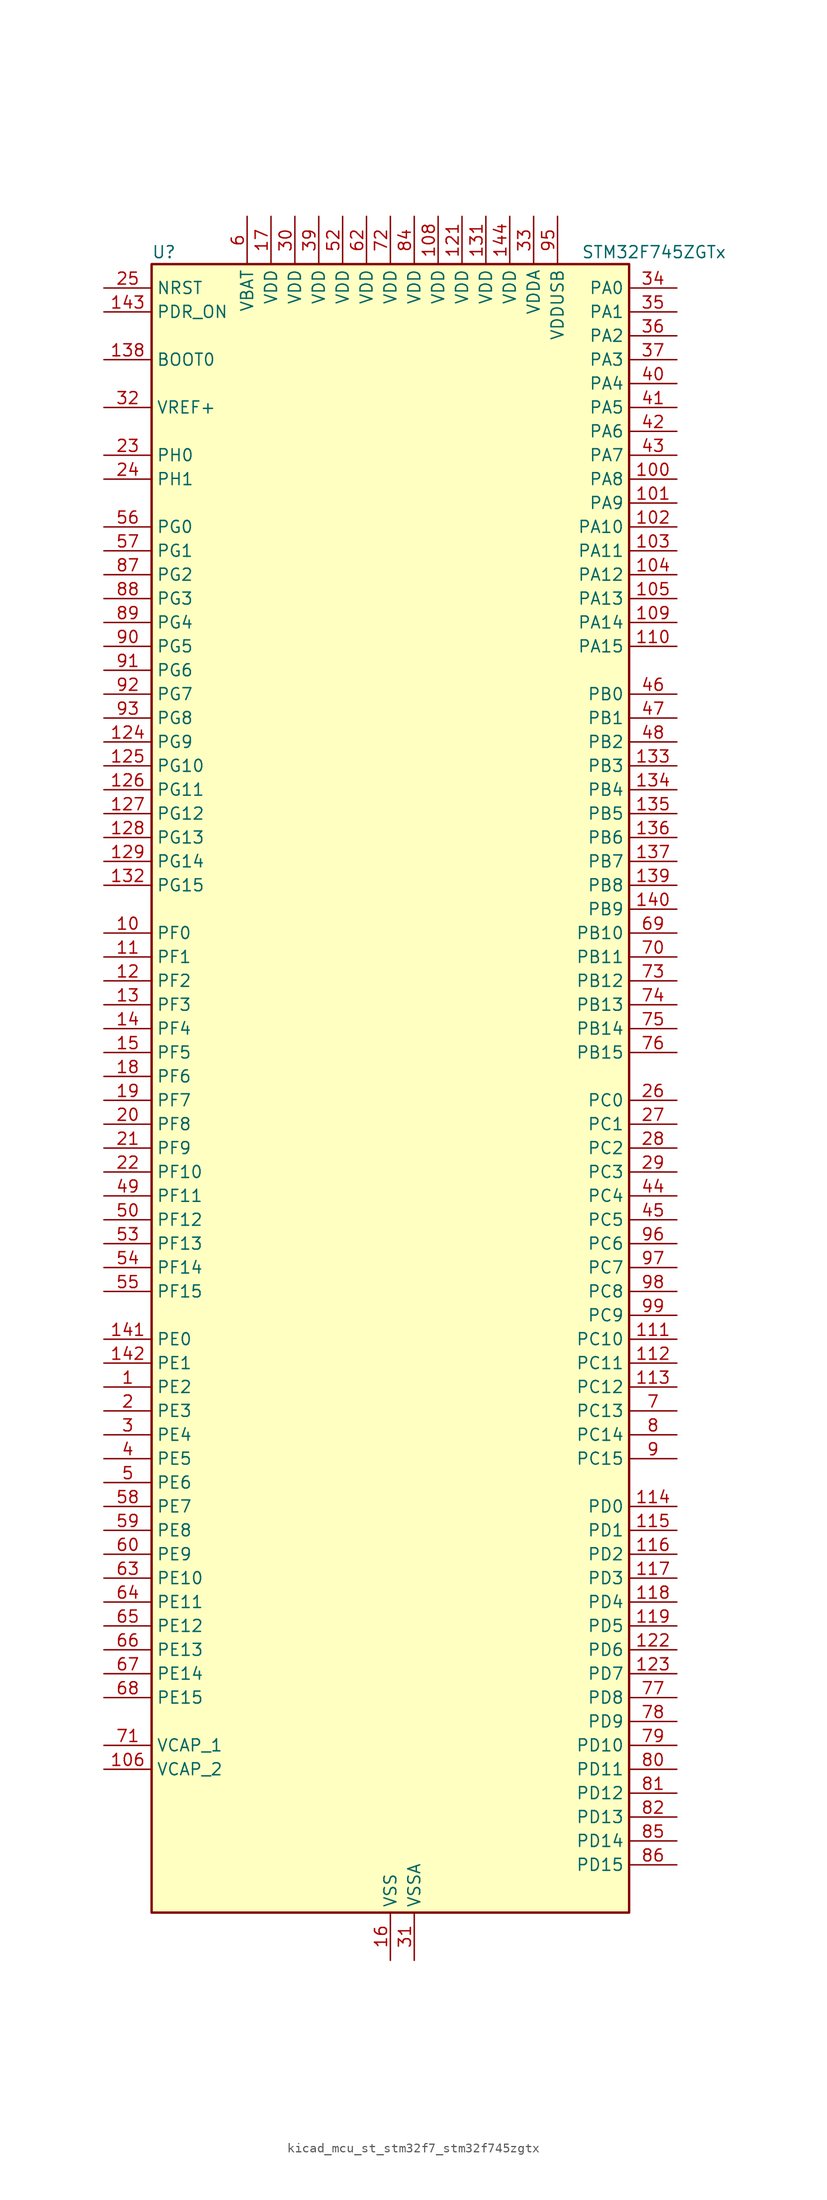
<source format=kicad_sym>
(kicad_symbol_lib
  (version 20220914)
  (generator kicad_symbol_editor)
  (symbol "kicad_mcu_st_stm32f7_stm32f745zgtx"
    (property "Reference" "U"
      (at -25.4 90.17 0)
      (effects (font (size 1.27 1.27)) (justify left)))
    (property "Value" "STM32F745ZGTx"
      (at 20.32 90.17 0)
      (effects (font (size 1.27 1.27)) (justify left)))
    (property "ki_locked" ""
      (at 0 0 0)
      (effects (font (size 1.27 1.27))))
    (symbol "kicad_mcu_st_stm32f7_stm32f745zgtx_0_1"
      (rectangle (start -25.4 -86.36) (end 25.4 88.9) (stroke (width 0.254) (type default)) (fill (type background))))
    (symbol "kicad_mcu_st_stm32f7_stm32f745zgtx_1_1"
      (pin bidirectional line (at -30.48 -30.48 0) (length 5.08) (name "PE2" (effects (font (size 1.27 1.27)))) (number "1" (effects (font (size 1.27 1.27)))) (alternate "ETH_TXD3" bidirectional line) (alternate "FMC_A23" bidirectional line) (alternate "QUADSPI_BK1_IO2" bidirectional line) (alternate "SAI1_MCLK_A" bidirectional line) (alternate "SPI4_SCK" bidirectional line) (alternate "SYS_TRACECLK" bidirectional line))
      (pin bidirectional line (at -30.48 17.78 0) (length 5.08) (name "PF0" (effects (font (size 1.27 1.27)))) (number "10" (effects (font (size 1.27 1.27)))) (alternate "FMC_A0" bidirectional line) (alternate "I2C2_SDA" bidirectional line))
      (pin bidirectional line (at 30.48 66.04 180) (length 5.08) (name "PA8" (effects (font (size 1.27 1.27)))) (number "100" (effects (font (size 1.27 1.27)))) (alternate "I2C3_SCL" bidirectional line) (alternate "RCC_MCO_1" bidirectional line) (alternate "TIM1_CH1" bidirectional line) (alternate "TIM8_BKIN2" bidirectional line) (alternate "USART1_CK" bidirectional line) (alternate "USB_OTG_FS_SOF" bidirectional line))
      (pin bidirectional line (at 30.48 63.5 180) (length 5.08) (name "PA9" (effects (font (size 1.27 1.27)))) (number "101" (effects (font (size 1.27 1.27)))) (alternate "DAC_EXTI9" bidirectional line) (alternate "DCMI_D0" bidirectional line) (alternate "I2C3_SMBA" bidirectional line) (alternate "I2S2_CK" bidirectional line) (alternate "SPI2_SCK" bidirectional line) (alternate "TIM1_CH2" bidirectional line) (alternate "USART1_TX" bidirectional line) (alternate "USB_OTG_FS_VBUS" bidirectional line))
      (pin bidirectional line (at 30.48 60.96 180) (length 5.08) (name "PA10" (effects (font (size 1.27 1.27)))) (number "102" (effects (font (size 1.27 1.27)))) (alternate "DCMI_D1" bidirectional line) (alternate "TIM1_CH3" bidirectional line) (alternate "USART1_RX" bidirectional line) (alternate "USB_OTG_FS_ID" bidirectional line))
      (pin bidirectional line (at 30.48 58.42 180) (length 5.08) (name "PA11" (effects (font (size 1.27 1.27)))) (number "103" (effects (font (size 1.27 1.27)))) (alternate "ADC1_EXTI11" bidirectional line) (alternate "ADC2_EXTI11" bidirectional line) (alternate "ADC3_EXTI11" bidirectional line) (alternate "CAN1_RX" bidirectional line) (alternate "TIM1_CH4" bidirectional line) (alternate "USART1_CTS" bidirectional line) (alternate "USB_OTG_FS_DM" bidirectional line))
      (pin bidirectional line (at 30.48 55.88 180) (length 5.08) (name "PA12" (effects (font (size 1.27 1.27)))) (number "104" (effects (font (size 1.27 1.27)))) (alternate "CAN1_TX" bidirectional line) (alternate "SAI2_FS_B" bidirectional line) (alternate "TIM1_ETR" bidirectional line) (alternate "USART1_DE" bidirectional line) (alternate "USART1_RTS" bidirectional line) (alternate "USB_OTG_FS_DP" bidirectional line))
      (pin bidirectional line (at 30.48 53.34 180) (length 5.08) (name "PA13" (effects (font (size 1.27 1.27)))) (number "105" (effects (font (size 1.27 1.27)))) (alternate "SYS_JTMS-SWDIO" bidirectional line))
      (pin power_out line (at -30.48 -71.12 0) (length 5.08) (name "VCAP_2" (effects (font (size 1.27 1.27)))) (number "106" (effects (font (size 1.27 1.27)))))
      (pin passive line (at 0 -91.44 90) (length 5.08) hide (name "VSS" (effects (font (size 1.27 1.27)))) (number "107" (effects (font (size 1.27 1.27)))))
      (pin power_in line (at 5.08 93.98 270) (length 5.08) (name "VDD" (effects (font (size 1.27 1.27)))) (number "108" (effects (font (size 1.27 1.27)))))
      (pin bidirectional line (at 30.48 50.8 180) (length 5.08) (name "PA14" (effects (font (size 1.27 1.27)))) (number "109" (effects (font (size 1.27 1.27)))) (alternate "SYS_JTCK-SWCLK" bidirectional line))
      (pin bidirectional line (at -30.48 15.24 0) (length 5.08) (name "PF1" (effects (font (size 1.27 1.27)))) (number "11" (effects (font (size 1.27 1.27)))) (alternate "FMC_A1" bidirectional line) (alternate "I2C2_SCL" bidirectional line))
      (pin bidirectional line (at 30.48 48.26 180) (length 5.08) (name "PA15" (effects (font (size 1.27 1.27)))) (number "110" (effects (font (size 1.27 1.27)))) (alternate "CEC" bidirectional line) (alternate "I2S1_WS" bidirectional line) (alternate "I2S3_WS" bidirectional line) (alternate "SPI1_NSS" bidirectional line) (alternate "SPI3_NSS" bidirectional line) (alternate "SYS_JTDI" bidirectional line) (alternate "TIM2_CH1" bidirectional line) (alternate "TIM2_ETR" bidirectional line) (alternate "UART4_DE" bidirectional line) (alternate "UART4_RTS" bidirectional line))
      (pin bidirectional line (at 30.48 -25.4 180) (length 5.08) (name "PC10" (effects (font (size 1.27 1.27)))) (number "111" (effects (font (size 1.27 1.27)))) (alternate "DCMI_D8" bidirectional line) (alternate "I2S3_CK" bidirectional line) (alternate "QUADSPI_BK1_IO1" bidirectional line) (alternate "SDMMC1_D2" bidirectional line) (alternate "SPI3_SCK" bidirectional line) (alternate "UART4_TX" bidirectional line) (alternate "USART3_TX" bidirectional line))
      (pin bidirectional line (at 30.48 -27.94 180) (length 5.08) (name "PC11" (effects (font (size 1.27 1.27)))) (number "112" (effects (font (size 1.27 1.27)))) (alternate "ADC1_EXTI11" bidirectional line) (alternate "ADC2_EXTI11" bidirectional line) (alternate "ADC3_EXTI11" bidirectional line) (alternate "DCMI_D4" bidirectional line) (alternate "QUADSPI_BK2_NCS" bidirectional line) (alternate "SDMMC1_D3" bidirectional line) (alternate "SPI3_MISO" bidirectional line) (alternate "UART4_RX" bidirectional line) (alternate "USART3_RX" bidirectional line))
      (pin bidirectional line (at 30.48 -30.48 180) (length 5.08) (name "PC12" (effects (font (size 1.27 1.27)))) (number "113" (effects (font (size 1.27 1.27)))) (alternate "DCMI_D9" bidirectional line) (alternate "I2S3_SD" bidirectional line) (alternate "SDMMC1_CK" bidirectional line) (alternate "SPI3_MOSI" bidirectional line) (alternate "SYS_TRACED3" bidirectional line) (alternate "UART5_TX" bidirectional line) (alternate "USART3_CK" bidirectional line))
      (pin bidirectional line (at 30.48 -43.18 180) (length 5.08) (name "PD0" (effects (font (size 1.27 1.27)))) (number "114" (effects (font (size 1.27 1.27)))) (alternate "CAN1_RX" bidirectional line) (alternate "FMC_D2" bidirectional line) (alternate "FMC_DA2" bidirectional line))
      (pin bidirectional line (at 30.48 -45.72 180) (length 5.08) (name "PD1" (effects (font (size 1.27 1.27)))) (number "115" (effects (font (size 1.27 1.27)))) (alternate "CAN1_TX" bidirectional line) (alternate "FMC_D3" bidirectional line) (alternate "FMC_DA3" bidirectional line))
      (pin bidirectional line (at 30.48 -48.26 180) (length 5.08) (name "PD2" (effects (font (size 1.27 1.27)))) (number "116" (effects (font (size 1.27 1.27)))) (alternate "DCMI_D11" bidirectional line) (alternate "SDMMC1_CMD" bidirectional line) (alternate "SYS_TRACED2" bidirectional line) (alternate "TIM3_ETR" bidirectional line) (alternate "UART5_RX" bidirectional line))
      (pin bidirectional line (at 30.48 -50.8 180) (length 5.08) (name "PD3" (effects (font (size 1.27 1.27)))) (number "117" (effects (font (size 1.27 1.27)))) (alternate "DCMI_D5" bidirectional line) (alternate "FMC_CLK" bidirectional line) (alternate "I2S2_CK" bidirectional line) (alternate "SPI2_SCK" bidirectional line) (alternate "USART2_CTS" bidirectional line))
      (pin bidirectional line (at 30.48 -53.34 180) (length 5.08) (name "PD4" (effects (font (size 1.27 1.27)))) (number "118" (effects (font (size 1.27 1.27)))) (alternate "FMC_NOE" bidirectional line) (alternate "USART2_DE" bidirectional line) (alternate "USART2_RTS" bidirectional line))
      (pin bidirectional line (at 30.48 -55.88 180) (length 5.08) (name "PD5" (effects (font (size 1.27 1.27)))) (number "119" (effects (font (size 1.27 1.27)))) (alternate "FMC_NWE" bidirectional line) (alternate "USART2_TX" bidirectional line))
      (pin bidirectional line (at -30.48 12.7 0) (length 5.08) (name "PF2" (effects (font (size 1.27 1.27)))) (number "12" (effects (font (size 1.27 1.27)))) (alternate "FMC_A2" bidirectional line) (alternate "I2C2_SMBA" bidirectional line))
      (pin passive line (at 0 -91.44 90) (length 5.08) hide (name "VSS" (effects (font (size 1.27 1.27)))) (number "120" (effects (font (size 1.27 1.27)))))
      (pin power_in line (at 7.62 93.98 270) (length 5.08) (name "VDD" (effects (font (size 1.27 1.27)))) (number "121" (effects (font (size 1.27 1.27)))))
      (pin bidirectional line (at 30.48 -58.42 180) (length 5.08) (name "PD6" (effects (font (size 1.27 1.27)))) (number "122" (effects (font (size 1.27 1.27)))) (alternate "DCMI_D10" bidirectional line) (alternate "FMC_NWAIT" bidirectional line) (alternate "I2S3_SD" bidirectional line) (alternate "SAI1_SD_A" bidirectional line) (alternate "SPI3_MOSI" bidirectional line) (alternate "USART2_RX" bidirectional line))
      (pin bidirectional line (at 30.48 -60.96 180) (length 5.08) (name "PD7" (effects (font (size 1.27 1.27)))) (number "123" (effects (font (size 1.27 1.27)))) (alternate "FMC_NE1" bidirectional line) (alternate "SPDIFRX_IN0" bidirectional line) (alternate "USART2_CK" bidirectional line))
      (pin bidirectional line (at -30.48 38.1 0) (length 5.08) (name "PG9" (effects (font (size 1.27 1.27)))) (number "124" (effects (font (size 1.27 1.27)))) (alternate "DAC_EXTI9" bidirectional line) (alternate "DCMI_VSYNC" bidirectional line) (alternate "FMC_NCE" bidirectional line) (alternate "FMC_NE2" bidirectional line) (alternate "QUADSPI_BK2_IO2" bidirectional line) (alternate "SAI2_FS_B" bidirectional line) (alternate "SPDIFRX_IN3" bidirectional line) (alternate "USART6_RX" bidirectional line))
      (pin bidirectional line (at -30.48 35.56 0) (length 5.08) (name "PG10" (effects (font (size 1.27 1.27)))) (number "125" (effects (font (size 1.27 1.27)))) (alternate "DCMI_D2" bidirectional line) (alternate "FMC_NE3" bidirectional line) (alternate "SAI2_SD_B" bidirectional line))
      (pin bidirectional line (at -30.48 33.02 0) (length 5.08) (name "PG11" (effects (font (size 1.27 1.27)))) (number "126" (effects (font (size 1.27 1.27)))) (alternate "ADC1_EXTI11" bidirectional line) (alternate "ADC2_EXTI11" bidirectional line) (alternate "ADC3_EXTI11" bidirectional line) (alternate "DCMI_D3" bidirectional line) (alternate "ETH_TX_EN" bidirectional line) (alternate "SPDIFRX_IN0" bidirectional line))
      (pin bidirectional line (at -30.48 30.48 0) (length 5.08) (name "PG12" (effects (font (size 1.27 1.27)))) (number "127" (effects (font (size 1.27 1.27)))) (alternate "FMC_NE4" bidirectional line) (alternate "LPTIM1_IN1" bidirectional line) (alternate "SPDIFRX_IN1" bidirectional line) (alternate "SPI6_MISO" bidirectional line) (alternate "USART6_DE" bidirectional line) (alternate "USART6_RTS" bidirectional line))
      (pin bidirectional line (at -30.48 27.94 0) (length 5.08) (name "PG13" (effects (font (size 1.27 1.27)))) (number "128" (effects (font (size 1.27 1.27)))) (alternate "ETH_TXD0" bidirectional line) (alternate "FMC_A24" bidirectional line) (alternate "LPTIM1_OUT" bidirectional line) (alternate "SPI6_SCK" bidirectional line) (alternate "SYS_TRACED0" bidirectional line) (alternate "USART6_CTS" bidirectional line))
      (pin bidirectional line (at -30.48 25.4 0) (length 5.08) (name "PG14" (effects (font (size 1.27 1.27)))) (number "129" (effects (font (size 1.27 1.27)))) (alternate "ETH_TXD1" bidirectional line) (alternate "FMC_A25" bidirectional line) (alternate "LPTIM1_ETR" bidirectional line) (alternate "QUADSPI_BK2_IO3" bidirectional line) (alternate "SPI6_MOSI" bidirectional line) (alternate "SYS_TRACED1" bidirectional line) (alternate "USART6_TX" bidirectional line))
      (pin bidirectional line (at -30.48 10.16 0) (length 5.08) (name "PF3" (effects (font (size 1.27 1.27)))) (number "13" (effects (font (size 1.27 1.27)))) (alternate "ADC3_IN9" bidirectional line) (alternate "FMC_A3" bidirectional line))
      (pin passive line (at 0 -91.44 90) (length 5.08) hide (name "VSS" (effects (font (size 1.27 1.27)))) (number "130" (effects (font (size 1.27 1.27)))))
      (pin power_in line (at 10.16 93.98 270) (length 5.08) (name "VDD" (effects (font (size 1.27 1.27)))) (number "131" (effects (font (size 1.27 1.27)))))
      (pin bidirectional line (at -30.48 22.86 0) (length 5.08) (name "PG15" (effects (font (size 1.27 1.27)))) (number "132" (effects (font (size 1.27 1.27)))) (alternate "DCMI_D13" bidirectional line) (alternate "FMC_SDNCAS" bidirectional line) (alternate "USART6_CTS" bidirectional line))
      (pin bidirectional line (at 30.48 35.56 180) (length 5.08) (name "PB3" (effects (font (size 1.27 1.27)))) (number "133" (effects (font (size 1.27 1.27)))) (alternate "I2S1_CK" bidirectional line) (alternate "I2S3_CK" bidirectional line) (alternate "SPI1_SCK" bidirectional line) (alternate "SPI3_SCK" bidirectional line) (alternate "SYS_JTDO-SWO" bidirectional line) (alternate "TIM2_CH2" bidirectional line))
      (pin bidirectional line (at 30.48 33.02 180) (length 5.08) (name "PB4" (effects (font (size 1.27 1.27)))) (number "134" (effects (font (size 1.27 1.27)))) (alternate "I2S2_WS" bidirectional line) (alternate "SPI1_MISO" bidirectional line) (alternate "SPI2_NSS" bidirectional line) (alternate "SPI3_MISO" bidirectional line) (alternate "SYS_JTRST" bidirectional line) (alternate "TIM3_CH1" bidirectional line))
      (pin bidirectional line (at 30.48 30.48 180) (length 5.08) (name "PB5" (effects (font (size 1.27 1.27)))) (number "135" (effects (font (size 1.27 1.27)))) (alternate "CAN2_RX" bidirectional line) (alternate "DCMI_D10" bidirectional line) (alternate "ETH_PPS_OUT" bidirectional line) (alternate "FMC_SDCKE1" bidirectional line) (alternate "I2C1_SMBA" bidirectional line) (alternate "I2S1_SD" bidirectional line) (alternate "I2S3_SD" bidirectional line) (alternate "SPI1_MOSI" bidirectional line) (alternate "SPI3_MOSI" bidirectional line) (alternate "TIM3_CH2" bidirectional line) (alternate "USB_OTG_HS_ULPI_D7" bidirectional line))
      (pin bidirectional line (at 30.48 27.94 180) (length 5.08) (name "PB6" (effects (font (size 1.27 1.27)))) (number "136" (effects (font (size 1.27 1.27)))) (alternate "CAN2_TX" bidirectional line) (alternate "CEC" bidirectional line) (alternate "DCMI_D5" bidirectional line) (alternate "FMC_SDNE1" bidirectional line) (alternate "I2C1_SCL" bidirectional line) (alternate "QUADSPI_BK1_NCS" bidirectional line) (alternate "TIM4_CH1" bidirectional line) (alternate "USART1_TX" bidirectional line))
      (pin bidirectional line (at 30.48 25.4 180) (length 5.08) (name "PB7" (effects (font (size 1.27 1.27)))) (number "137" (effects (font (size 1.27 1.27)))) (alternate "DCMI_VSYNC" bidirectional line) (alternate "FMC_NL" bidirectional line) (alternate "I2C1_SDA" bidirectional line) (alternate "TIM4_CH2" bidirectional line) (alternate "USART1_RX" bidirectional line))
      (pin input line (at -30.48 78.74 0) (length 5.08) (name "BOOT0" (effects (font (size 1.27 1.27)))) (number "138" (effects (font (size 1.27 1.27)))))
      (pin bidirectional line (at 30.48 22.86 180) (length 5.08) (name "PB8" (effects (font (size 1.27 1.27)))) (number "139" (effects (font (size 1.27 1.27)))) (alternate "CAN1_RX" bidirectional line) (alternate "DCMI_D6" bidirectional line) (alternate "ETH_TXD3" bidirectional line) (alternate "I2C1_SCL" bidirectional line) (alternate "SDMMC1_D4" bidirectional line) (alternate "TIM10_CH1" bidirectional line) (alternate "TIM4_CH3" bidirectional line))
      (pin bidirectional line (at -30.48 7.62 0) (length 5.08) (name "PF4" (effects (font (size 1.27 1.27)))) (number "14" (effects (font (size 1.27 1.27)))) (alternate "ADC3_IN14" bidirectional line) (alternate "FMC_A4" bidirectional line))
      (pin bidirectional line (at 30.48 20.32 180) (length 5.08) (name "PB9" (effects (font (size 1.27 1.27)))) (number "140" (effects (font (size 1.27 1.27)))) (alternate "CAN1_TX" bidirectional line) (alternate "DAC_EXTI9" bidirectional line) (alternate "DCMI_D7" bidirectional line) (alternate "I2C1_SDA" bidirectional line) (alternate "I2S2_WS" bidirectional line) (alternate "SDMMC1_D5" bidirectional line) (alternate "SPI2_NSS" bidirectional line) (alternate "TIM11_CH1" bidirectional line) (alternate "TIM4_CH4" bidirectional line))
      (pin bidirectional line (at -30.48 -25.4 0) (length 5.08) (name "PE0" (effects (font (size 1.27 1.27)))) (number "141" (effects (font (size 1.27 1.27)))) (alternate "DCMI_D2" bidirectional line) (alternate "FMC_NBL0" bidirectional line) (alternate "LPTIM1_ETR" bidirectional line) (alternate "SAI2_MCLK_A" bidirectional line) (alternate "TIM4_ETR" bidirectional line) (alternate "UART8_RX" bidirectional line))
      (pin bidirectional line (at -30.48 -27.94 0) (length 5.08) (name "PE1" (effects (font (size 1.27 1.27)))) (number "142" (effects (font (size 1.27 1.27)))) (alternate "DCMI_D3" bidirectional line) (alternate "FMC_NBL1" bidirectional line) (alternate "LPTIM1_IN2" bidirectional line) (alternate "UART8_TX" bidirectional line))
      (pin input line (at -30.48 83.82 0) (length 5.08) (name "PDR_ON" (effects (font (size 1.27 1.27)))) (number "143" (effects (font (size 1.27 1.27)))))
      (pin power_in line (at 12.7 93.98 270) (length 5.08) (name "VDD" (effects (font (size 1.27 1.27)))) (number "144" (effects (font (size 1.27 1.27)))))
      (pin bidirectional line (at -30.48 5.08 0) (length 5.08) (name "PF5" (effects (font (size 1.27 1.27)))) (number "15" (effects (font (size 1.27 1.27)))) (alternate "ADC3_IN15" bidirectional line) (alternate "FMC_A5" bidirectional line))
      (pin power_in line (at 0 -91.44 90) (length 5.08) (name "VSS" (effects (font (size 1.27 1.27)))) (number "16" (effects (font (size 1.27 1.27)))))
      (pin power_in line (at -12.7 93.98 270) (length 5.08) (name "VDD" (effects (font (size 1.27 1.27)))) (number "17" (effects (font (size 1.27 1.27)))))
      (pin bidirectional line (at -30.48 2.54 0) (length 5.08) (name "PF6" (effects (font (size 1.27 1.27)))) (number "18" (effects (font (size 1.27 1.27)))) (alternate "ADC3_IN4" bidirectional line) (alternate "QUADSPI_BK1_IO3" bidirectional line) (alternate "SAI1_SD_B" bidirectional line) (alternate "SPI5_NSS" bidirectional line) (alternate "TIM10_CH1" bidirectional line) (alternate "UART7_RX" bidirectional line))
      (pin bidirectional line (at -30.48 0 0) (length 5.08) (name "PF7" (effects (font (size 1.27 1.27)))) (number "19" (effects (font (size 1.27 1.27)))) (alternate "ADC3_IN5" bidirectional line) (alternate "QUADSPI_BK1_IO2" bidirectional line) (alternate "SAI1_MCLK_B" bidirectional line) (alternate "SPI5_SCK" bidirectional line) (alternate "TIM11_CH1" bidirectional line) (alternate "UART7_TX" bidirectional line))
      (pin bidirectional line (at -30.48 -33.02 0) (length 5.08) (name "PE3" (effects (font (size 1.27 1.27)))) (number "2" (effects (font (size 1.27 1.27)))) (alternate "FMC_A19" bidirectional line) (alternate "SAI1_SD_B" bidirectional line) (alternate "SYS_TRACED0" bidirectional line))
      (pin bidirectional line (at -30.48 -2.54 0) (length 5.08) (name "PF8" (effects (font (size 1.27 1.27)))) (number "20" (effects (font (size 1.27 1.27)))) (alternate "ADC3_IN6" bidirectional line) (alternate "QUADSPI_BK1_IO0" bidirectional line) (alternate "SAI1_SCK_B" bidirectional line) (alternate "SPI5_MISO" bidirectional line) (alternate "TIM13_CH1" bidirectional line) (alternate "UART7_DE" bidirectional line) (alternate "UART7_RTS" bidirectional line))
      (pin bidirectional line (at -30.48 -5.08 0) (length 5.08) (name "PF9" (effects (font (size 1.27 1.27)))) (number "21" (effects (font (size 1.27 1.27)))) (alternate "ADC3_IN7" bidirectional line) (alternate "DAC_EXTI9" bidirectional line) (alternate "QUADSPI_BK1_IO1" bidirectional line) (alternate "SAI1_FS_B" bidirectional line) (alternate "SPI5_MOSI" bidirectional line) (alternate "TIM14_CH1" bidirectional line) (alternate "UART7_CTS" bidirectional line))
      (pin bidirectional line (at -30.48 -7.62 0) (length 5.08) (name "PF10" (effects (font (size 1.27 1.27)))) (number "22" (effects (font (size 1.27 1.27)))) (alternate "ADC3_IN8" bidirectional line) (alternate "DCMI_D11" bidirectional line))
      (pin bidirectional line (at -30.48 68.58 0) (length 5.08) (name "PH0" (effects (font (size 1.27 1.27)))) (number "23" (effects (font (size 1.27 1.27)))) (alternate "RCC_OSC_IN" bidirectional line))
      (pin bidirectional line (at -30.48 66.04 0) (length 5.08) (name "PH1" (effects (font (size 1.27 1.27)))) (number "24" (effects (font (size 1.27 1.27)))) (alternate "RCC_OSC_OUT" bidirectional line))
      (pin input line (at -30.48 86.36 0) (length 5.08) (name "NRST" (effects (font (size 1.27 1.27)))) (number "25" (effects (font (size 1.27 1.27)))))
      (pin bidirectional line (at 30.48 0 180) (length 5.08) (name "PC0" (effects (font (size 1.27 1.27)))) (number "26" (effects (font (size 1.27 1.27)))) (alternate "ADC1_IN10" bidirectional line) (alternate "ADC2_IN10" bidirectional line) (alternate "ADC3_IN10" bidirectional line) (alternate "FMC_SDNWE" bidirectional line) (alternate "SAI2_FS_B" bidirectional line) (alternate "USB_OTG_HS_ULPI_STP" bidirectional line))
      (pin bidirectional line (at 30.48 -2.54 180) (length 5.08) (name "PC1" (effects (font (size 1.27 1.27)))) (number "27" (effects (font (size 1.27 1.27)))) (alternate "ADC1_IN11" bidirectional line) (alternate "ADC2_IN11" bidirectional line) (alternate "ADC3_IN11" bidirectional line) (alternate "ETH_MDC" bidirectional line) (alternate "I2S2_SD" bidirectional line) (alternate "RTC_TAMP3" bidirectional line) (alternate "RTC_TS" bidirectional line) (alternate "SAI1_SD_A" bidirectional line) (alternate "SPI2_MOSI" bidirectional line) (alternate "SYS_TRACED0" bidirectional line) (alternate "SYS_WKUP3" bidirectional line))
      (pin bidirectional line (at 30.48 -5.08 180) (length 5.08) (name "PC2" (effects (font (size 1.27 1.27)))) (number "28" (effects (font (size 1.27 1.27)))) (alternate "ADC1_IN12" bidirectional line) (alternate "ADC2_IN12" bidirectional line) (alternate "ADC3_IN12" bidirectional line) (alternate "ETH_TXD2" bidirectional line) (alternate "FMC_SDNE0" bidirectional line) (alternate "SPI2_MISO" bidirectional line) (alternate "USB_OTG_HS_ULPI_DIR" bidirectional line))
      (pin bidirectional line (at 30.48 -7.62 180) (length 5.08) (name "PC3" (effects (font (size 1.27 1.27)))) (number "29" (effects (font (size 1.27 1.27)))) (alternate "ADC1_IN13" bidirectional line) (alternate "ADC2_IN13" bidirectional line) (alternate "ADC3_IN13" bidirectional line) (alternate "ETH_TX_CLK" bidirectional line) (alternate "FMC_SDCKE0" bidirectional line) (alternate "I2S2_SD" bidirectional line) (alternate "SPI2_MOSI" bidirectional line) (alternate "USB_OTG_HS_ULPI_NXT" bidirectional line))
      (pin bidirectional line (at -30.48 -35.56 0) (length 5.08) (name "PE4" (effects (font (size 1.27 1.27)))) (number "3" (effects (font (size 1.27 1.27)))) (alternate "DCMI_D4" bidirectional line) (alternate "FMC_A20" bidirectional line) (alternate "SAI1_FS_A" bidirectional line) (alternate "SPI4_NSS" bidirectional line) (alternate "SYS_TRACED1" bidirectional line))
      (pin power_in line (at -10.16 93.98 270) (length 5.08) (name "VDD" (effects (font (size 1.27 1.27)))) (number "30" (effects (font (size 1.27 1.27)))))
      (pin power_in line (at 2.54 -91.44 90) (length 5.08) (name "VSSA" (effects (font (size 1.27 1.27)))) (number "31" (effects (font (size 1.27 1.27)))))
      (pin input line (at -30.48 73.66 0) (length 5.08) (name "VREF+" (effects (font (size 1.27 1.27)))) (number "32" (effects (font (size 1.27 1.27)))))
      (pin power_in line (at 15.24 93.98 270) (length 5.08) (name "VDDA" (effects (font (size 1.27 1.27)))) (number "33" (effects (font (size 1.27 1.27)))))
      (pin bidirectional line (at 30.48 86.36 180) (length 5.08) (name "PA0" (effects (font (size 1.27 1.27)))) (number "34" (effects (font (size 1.27 1.27)))) (alternate "ADC1_IN0" bidirectional line) (alternate "ADC2_IN0" bidirectional line) (alternate "ADC3_IN0" bidirectional line) (alternate "ETH_CRS" bidirectional line) (alternate "SAI2_SD_B" bidirectional line) (alternate "SYS_WKUP1" bidirectional line) (alternate "TIM2_CH1" bidirectional line) (alternate "TIM2_ETR" bidirectional line) (alternate "TIM5_CH1" bidirectional line) (alternate "TIM8_ETR" bidirectional line) (alternate "UART4_TX" bidirectional line) (alternate "USART2_CTS" bidirectional line))
      (pin bidirectional line (at 30.48 83.82 180) (length 5.08) (name "PA1" (effects (font (size 1.27 1.27)))) (number "35" (effects (font (size 1.27 1.27)))) (alternate "ADC1_IN1" bidirectional line) (alternate "ADC2_IN1" bidirectional line) (alternate "ADC3_IN1" bidirectional line) (alternate "ETH_REF_CLK" bidirectional line) (alternate "ETH_RX_CLK" bidirectional line) (alternate "QUADSPI_BK1_IO3" bidirectional line) (alternate "SAI2_MCLK_B" bidirectional line) (alternate "TIM2_CH2" bidirectional line) (alternate "TIM5_CH2" bidirectional line) (alternate "UART4_RX" bidirectional line) (alternate "USART2_DE" bidirectional line) (alternate "USART2_RTS" bidirectional line))
      (pin bidirectional line (at 30.48 81.28 180) (length 5.08) (name "PA2" (effects (font (size 1.27 1.27)))) (number "36" (effects (font (size 1.27 1.27)))) (alternate "ADC1_IN2" bidirectional line) (alternate "ADC2_IN2" bidirectional line) (alternate "ADC3_IN2" bidirectional line) (alternate "ETH_MDIO" bidirectional line) (alternate "SAI2_SCK_B" bidirectional line) (alternate "SYS_WKUP2" bidirectional line) (alternate "TIM2_CH3" bidirectional line) (alternate "TIM5_CH3" bidirectional line) (alternate "TIM9_CH1" bidirectional line) (alternate "USART2_TX" bidirectional line))
      (pin bidirectional line (at 30.48 78.74 180) (length 5.08) (name "PA3" (effects (font (size 1.27 1.27)))) (number "37" (effects (font (size 1.27 1.27)))) (alternate "ADC1_IN3" bidirectional line) (alternate "ADC2_IN3" bidirectional line) (alternate "ADC3_IN3" bidirectional line) (alternate "ETH_COL" bidirectional line) (alternate "TIM2_CH4" bidirectional line) (alternate "TIM5_CH4" bidirectional line) (alternate "TIM9_CH2" bidirectional line) (alternate "USART2_RX" bidirectional line) (alternate "USB_OTG_HS_ULPI_D0" bidirectional line))
      (pin passive line (at 0 -91.44 90) (length 5.08) hide (name "VSS" (effects (font (size 1.27 1.27)))) (number "38" (effects (font (size 1.27 1.27)))))
      (pin power_in line (at -7.62 93.98 270) (length 5.08) (name "VDD" (effects (font (size 1.27 1.27)))) (number "39" (effects (font (size 1.27 1.27)))))
      (pin bidirectional line (at -30.48 -38.1 0) (length 5.08) (name "PE5" (effects (font (size 1.27 1.27)))) (number "4" (effects (font (size 1.27 1.27)))) (alternate "DCMI_D6" bidirectional line) (alternate "FMC_A21" bidirectional line) (alternate "SAI1_SCK_A" bidirectional line) (alternate "SPI4_MISO" bidirectional line) (alternate "SYS_TRACED2" bidirectional line) (alternate "TIM9_CH1" bidirectional line))
      (pin bidirectional line (at 30.48 76.2 180) (length 5.08) (name "PA4" (effects (font (size 1.27 1.27)))) (number "40" (effects (font (size 1.27 1.27)))) (alternate "ADC1_IN4" bidirectional line) (alternate "ADC2_IN4" bidirectional line) (alternate "DAC_OUT1" bidirectional line) (alternate "DCMI_HSYNC" bidirectional line) (alternate "I2S1_WS" bidirectional line) (alternate "I2S3_WS" bidirectional line) (alternate "SPI1_NSS" bidirectional line) (alternate "SPI3_NSS" bidirectional line) (alternate "USART2_CK" bidirectional line) (alternate "USB_OTG_HS_SOF" bidirectional line))
      (pin bidirectional line (at 30.48 73.66 180) (length 5.08) (name "PA5" (effects (font (size 1.27 1.27)))) (number "41" (effects (font (size 1.27 1.27)))) (alternate "ADC1_IN5" bidirectional line) (alternate "ADC2_IN5" bidirectional line) (alternate "DAC_OUT2" bidirectional line) (alternate "I2S1_CK" bidirectional line) (alternate "SPI1_SCK" bidirectional line) (alternate "TIM2_CH1" bidirectional line) (alternate "TIM2_ETR" bidirectional line) (alternate "TIM8_CH1N" bidirectional line) (alternate "USB_OTG_HS_ULPI_CK" bidirectional line))
      (pin bidirectional line (at 30.48 71.12 180) (length 5.08) (name "PA6" (effects (font (size 1.27 1.27)))) (number "42" (effects (font (size 1.27 1.27)))) (alternate "ADC1_IN6" bidirectional line) (alternate "ADC2_IN6" bidirectional line) (alternate "DCMI_PIXCLK" bidirectional line) (alternate "SPI1_MISO" bidirectional line) (alternate "TIM13_CH1" bidirectional line) (alternate "TIM1_BKIN" bidirectional line) (alternate "TIM3_CH1" bidirectional line) (alternate "TIM8_BKIN" bidirectional line))
      (pin bidirectional line (at 30.48 68.58 180) (length 5.08) (name "PA7" (effects (font (size 1.27 1.27)))) (number "43" (effects (font (size 1.27 1.27)))) (alternate "ADC1_IN7" bidirectional line) (alternate "ADC2_IN7" bidirectional line) (alternate "ETH_CRS_DV" bidirectional line) (alternate "ETH_RX_DV" bidirectional line) (alternate "FMC_SDNWE" bidirectional line) (alternate "I2S1_SD" bidirectional line) (alternate "SPI1_MOSI" bidirectional line) (alternate "TIM14_CH1" bidirectional line) (alternate "TIM1_CH1N" bidirectional line) (alternate "TIM3_CH2" bidirectional line) (alternate "TIM8_CH1N" bidirectional line))
      (pin bidirectional line (at 30.48 -10.16 180) (length 5.08) (name "PC4" (effects (font (size 1.27 1.27)))) (number "44" (effects (font (size 1.27 1.27)))) (alternate "ADC1_IN14" bidirectional line) (alternate "ADC2_IN14" bidirectional line) (alternate "ETH_RXD0" bidirectional line) (alternate "FMC_SDNE0" bidirectional line) (alternate "I2S1_MCK" bidirectional line) (alternate "SPDIFRX_IN2" bidirectional line))
      (pin bidirectional line (at 30.48 -12.7 180) (length 5.08) (name "PC5" (effects (font (size 1.27 1.27)))) (number "45" (effects (font (size 1.27 1.27)))) (alternate "ADC1_IN15" bidirectional line) (alternate "ADC2_IN15" bidirectional line) (alternate "ETH_RXD1" bidirectional line) (alternate "FMC_SDCKE0" bidirectional line) (alternate "SPDIFRX_IN3" bidirectional line))
      (pin bidirectional line (at 30.48 43.18 180) (length 5.08) (name "PB0" (effects (font (size 1.27 1.27)))) (number "46" (effects (font (size 1.27 1.27)))) (alternate "ADC1_IN8" bidirectional line) (alternate "ADC2_IN8" bidirectional line) (alternate "ETH_RXD2" bidirectional line) (alternate "TIM1_CH2N" bidirectional line) (alternate "TIM3_CH3" bidirectional line) (alternate "TIM8_CH2N" bidirectional line) (alternate "UART4_CTS" bidirectional line) (alternate "USB_OTG_HS_ULPI_D1" bidirectional line))
      (pin bidirectional line (at 30.48 40.64 180) (length 5.08) (name "PB1" (effects (font (size 1.27 1.27)))) (number "47" (effects (font (size 1.27 1.27)))) (alternate "ADC1_IN9" bidirectional line) (alternate "ADC2_IN9" bidirectional line) (alternate "ETH_RXD3" bidirectional line) (alternate "TIM1_CH3N" bidirectional line) (alternate "TIM3_CH4" bidirectional line) (alternate "TIM8_CH3N" bidirectional line) (alternate "USB_OTG_HS_ULPI_D2" bidirectional line))
      (pin bidirectional line (at 30.48 38.1 180) (length 5.08) (name "PB2" (effects (font (size 1.27 1.27)))) (number "48" (effects (font (size 1.27 1.27)))) (alternate "I2S3_SD" bidirectional line) (alternate "QUADSPI_CLK" bidirectional line) (alternate "SAI1_SD_A" bidirectional line) (alternate "SPI3_MOSI" bidirectional line))
      (pin bidirectional line (at -30.48 -10.16 0) (length 5.08) (name "PF11" (effects (font (size 1.27 1.27)))) (number "49" (effects (font (size 1.27 1.27)))) (alternate "ADC1_EXTI11" bidirectional line) (alternate "ADC2_EXTI11" bidirectional line) (alternate "ADC3_EXTI11" bidirectional line) (alternate "DCMI_D12" bidirectional line) (alternate "FMC_SDNRAS" bidirectional line) (alternate "SAI2_SD_B" bidirectional line) (alternate "SPI5_MOSI" bidirectional line))
      (pin bidirectional line (at -30.48 -40.64 0) (length 5.08) (name "PE6" (effects (font (size 1.27 1.27)))) (number "5" (effects (font (size 1.27 1.27)))) (alternate "DCMI_D7" bidirectional line) (alternate "FMC_A22" bidirectional line) (alternate "SAI1_SD_A" bidirectional line) (alternate "SAI2_MCLK_B" bidirectional line) (alternate "SPI4_MOSI" bidirectional line) (alternate "SYS_TRACED3" bidirectional line) (alternate "TIM1_BKIN2" bidirectional line) (alternate "TIM9_CH2" bidirectional line))
      (pin bidirectional line (at -30.48 -12.7 0) (length 5.08) (name "PF12" (effects (font (size 1.27 1.27)))) (number "50" (effects (font (size 1.27 1.27)))) (alternate "FMC_A6" bidirectional line))
      (pin passive line (at 0 -91.44 90) (length 5.08) hide (name "VSS" (effects (font (size 1.27 1.27)))) (number "51" (effects (font (size 1.27 1.27)))))
      (pin power_in line (at -5.08 93.98 270) (length 5.08) (name "VDD" (effects (font (size 1.27 1.27)))) (number "52" (effects (font (size 1.27 1.27)))))
      (pin bidirectional line (at -30.48 -15.24 0) (length 5.08) (name "PF13" (effects (font (size 1.27 1.27)))) (number "53" (effects (font (size 1.27 1.27)))) (alternate "FMC_A7" bidirectional line) (alternate "I2C4_SMBA" bidirectional line))
      (pin bidirectional line (at -30.48 -17.78 0) (length 5.08) (name "PF14" (effects (font (size 1.27 1.27)))) (number "54" (effects (font (size 1.27 1.27)))) (alternate "FMC_A8" bidirectional line) (alternate "I2C4_SCL" bidirectional line))
      (pin bidirectional line (at -30.48 -20.32 0) (length 5.08) (name "PF15" (effects (font (size 1.27 1.27)))) (number "55" (effects (font (size 1.27 1.27)))) (alternate "FMC_A9" bidirectional line) (alternate "I2C4_SDA" bidirectional line))
      (pin bidirectional line (at -30.48 60.96 0) (length 5.08) (name "PG0" (effects (font (size 1.27 1.27)))) (number "56" (effects (font (size 1.27 1.27)))) (alternate "FMC_A10" bidirectional line))
      (pin bidirectional line (at -30.48 58.42 0) (length 5.08) (name "PG1" (effects (font (size 1.27 1.27)))) (number "57" (effects (font (size 1.27 1.27)))) (alternate "FMC_A11" bidirectional line))
      (pin bidirectional line (at -30.48 -43.18 0) (length 5.08) (name "PE7" (effects (font (size 1.27 1.27)))) (number "58" (effects (font (size 1.27 1.27)))) (alternate "FMC_D4" bidirectional line) (alternate "FMC_DA4" bidirectional line) (alternate "QUADSPI_BK2_IO0" bidirectional line) (alternate "TIM1_ETR" bidirectional line) (alternate "UART7_RX" bidirectional line))
      (pin bidirectional line (at -30.48 -45.72 0) (length 5.08) (name "PE8" (effects (font (size 1.27 1.27)))) (number "59" (effects (font (size 1.27 1.27)))) (alternate "FMC_D5" bidirectional line) (alternate "FMC_DA5" bidirectional line) (alternate "QUADSPI_BK2_IO1" bidirectional line) (alternate "TIM1_CH1N" bidirectional line) (alternate "UART7_TX" bidirectional line))
      (pin power_in line (at -15.24 93.98 270) (length 5.08) (name "VBAT" (effects (font (size 1.27 1.27)))) (number "6" (effects (font (size 1.27 1.27)))))
      (pin bidirectional line (at -30.48 -48.26 0) (length 5.08) (name "PE9" (effects (font (size 1.27 1.27)))) (number "60" (effects (font (size 1.27 1.27)))) (alternate "DAC_EXTI9" bidirectional line) (alternate "FMC_D6" bidirectional line) (alternate "FMC_DA6" bidirectional line) (alternate "QUADSPI_BK2_IO2" bidirectional line) (alternate "TIM1_CH1" bidirectional line) (alternate "UART7_DE" bidirectional line) (alternate "UART7_RTS" bidirectional line))
      (pin passive line (at 0 -91.44 90) (length 5.08) hide (name "VSS" (effects (font (size 1.27 1.27)))) (number "61" (effects (font (size 1.27 1.27)))))
      (pin power_in line (at -2.54 93.98 270) (length 5.08) (name "VDD" (effects (font (size 1.27 1.27)))) (number "62" (effects (font (size 1.27 1.27)))))
      (pin bidirectional line (at -30.48 -50.8 0) (length 5.08) (name "PE10" (effects (font (size 1.27 1.27)))) (number "63" (effects (font (size 1.27 1.27)))) (alternate "FMC_D7" bidirectional line) (alternate "FMC_DA7" bidirectional line) (alternate "QUADSPI_BK2_IO3" bidirectional line) (alternate "TIM1_CH2N" bidirectional line) (alternate "UART7_CTS" bidirectional line))
      (pin bidirectional line (at -30.48 -53.34 0) (length 5.08) (name "PE11" (effects (font (size 1.27 1.27)))) (number "64" (effects (font (size 1.27 1.27)))) (alternate "ADC1_EXTI11" bidirectional line) (alternate "ADC2_EXTI11" bidirectional line) (alternate "ADC3_EXTI11" bidirectional line) (alternate "FMC_D8" bidirectional line) (alternate "FMC_DA8" bidirectional line) (alternate "SAI2_SD_B" bidirectional line) (alternate "SPI4_NSS" bidirectional line) (alternate "TIM1_CH2" bidirectional line))
      (pin bidirectional line (at -30.48 -55.88 0) (length 5.08) (name "PE12" (effects (font (size 1.27 1.27)))) (number "65" (effects (font (size 1.27 1.27)))) (alternate "FMC_D9" bidirectional line) (alternate "FMC_DA9" bidirectional line) (alternate "SAI2_SCK_B" bidirectional line) (alternate "SPI4_SCK" bidirectional line) (alternate "TIM1_CH3N" bidirectional line))
      (pin bidirectional line (at -30.48 -58.42 0) (length 5.08) (name "PE13" (effects (font (size 1.27 1.27)))) (number "66" (effects (font (size 1.27 1.27)))) (alternate "FMC_D10" bidirectional line) (alternate "FMC_DA10" bidirectional line) (alternate "SAI2_FS_B" bidirectional line) (alternate "SPI4_MISO" bidirectional line) (alternate "TIM1_CH3" bidirectional line))
      (pin bidirectional line (at -30.48 -60.96 0) (length 5.08) (name "PE14" (effects (font (size 1.27 1.27)))) (number "67" (effects (font (size 1.27 1.27)))) (alternate "FMC_D11" bidirectional line) (alternate "FMC_DA11" bidirectional line) (alternate "SAI2_MCLK_B" bidirectional line) (alternate "SPI4_MOSI" bidirectional line) (alternate "TIM1_CH4" bidirectional line))
      (pin bidirectional line (at -30.48 -63.5 0) (length 5.08) (name "PE15" (effects (font (size 1.27 1.27)))) (number "68" (effects (font (size 1.27 1.27)))) (alternate "FMC_D12" bidirectional line) (alternate "FMC_DA12" bidirectional line) (alternate "TIM1_BKIN" bidirectional line))
      (pin bidirectional line (at 30.48 17.78 180) (length 5.08) (name "PB10" (effects (font (size 1.27 1.27)))) (number "69" (effects (font (size 1.27 1.27)))) (alternate "ETH_RX_ER" bidirectional line) (alternate "I2C2_SCL" bidirectional line) (alternate "I2S2_CK" bidirectional line) (alternate "SPI2_SCK" bidirectional line) (alternate "TIM2_CH3" bidirectional line) (alternate "USART3_TX" bidirectional line) (alternate "USB_OTG_HS_ULPI_D3" bidirectional line))
      (pin bidirectional line (at 30.48 -33.02 180) (length 5.08) (name "PC13" (effects (font (size 1.27 1.27)))) (number "7" (effects (font (size 1.27 1.27)))) (alternate "RTC_OUT" bidirectional line) (alternate "RTC_TAMP1" bidirectional line) (alternate "RTC_TS" bidirectional line) (alternate "SYS_WKUP4" bidirectional line))
      (pin bidirectional line (at 30.48 15.24 180) (length 5.08) (name "PB11" (effects (font (size 1.27 1.27)))) (number "70" (effects (font (size 1.27 1.27)))) (alternate "ADC1_EXTI11" bidirectional line) (alternate "ADC2_EXTI11" bidirectional line) (alternate "ADC3_EXTI11" bidirectional line) (alternate "ETH_TX_EN" bidirectional line) (alternate "I2C2_SDA" bidirectional line) (alternate "TIM2_CH4" bidirectional line) (alternate "USART3_RX" bidirectional line) (alternate "USB_OTG_HS_ULPI_D4" bidirectional line))
      (pin power_out line (at -30.48 -68.58 0) (length 5.08) (name "VCAP_1" (effects (font (size 1.27 1.27)))) (number "71" (effects (font (size 1.27 1.27)))))
      (pin power_in line (at 0 93.98 270) (length 5.08) (name "VDD" (effects (font (size 1.27 1.27)))) (number "72" (effects (font (size 1.27 1.27)))))
      (pin bidirectional line (at 30.48 12.7 180) (length 5.08) (name "PB12" (effects (font (size 1.27 1.27)))) (number "73" (effects (font (size 1.27 1.27)))) (alternate "CAN2_RX" bidirectional line) (alternate "ETH_TXD0" bidirectional line) (alternate "I2C2_SMBA" bidirectional line) (alternate "I2S2_WS" bidirectional line) (alternate "SPI2_NSS" bidirectional line) (alternate "TIM1_BKIN" bidirectional line) (alternate "USART3_CK" bidirectional line) (alternate "USB_OTG_HS_ID" bidirectional line) (alternate "USB_OTG_HS_ULPI_D5" bidirectional line))
      (pin bidirectional line (at 30.48 10.16 180) (length 5.08) (name "PB13" (effects (font (size 1.27 1.27)))) (number "74" (effects (font (size 1.27 1.27)))) (alternate "CAN2_TX" bidirectional line) (alternate "ETH_TXD1" bidirectional line) (alternate "I2S2_CK" bidirectional line) (alternate "SPI2_SCK" bidirectional line) (alternate "TIM1_CH1N" bidirectional line) (alternate "USART3_CTS" bidirectional line) (alternate "USB_OTG_HS_ULPI_D6" bidirectional line) (alternate "USB_OTG_HS_VBUS" bidirectional line))
      (pin bidirectional line (at 30.48 7.62 180) (length 5.08) (name "PB14" (effects (font (size 1.27 1.27)))) (number "75" (effects (font (size 1.27 1.27)))) (alternate "SPI2_MISO" bidirectional line) (alternate "TIM12_CH1" bidirectional line) (alternate "TIM1_CH2N" bidirectional line) (alternate "TIM8_CH2N" bidirectional line) (alternate "USART3_DE" bidirectional line) (alternate "USART3_RTS" bidirectional line) (alternate "USB_OTG_HS_DM" bidirectional line))
      (pin bidirectional line (at 30.48 5.08 180) (length 5.08) (name "PB15" (effects (font (size 1.27 1.27)))) (number "76" (effects (font (size 1.27 1.27)))) (alternate "I2S2_SD" bidirectional line) (alternate "RTC_REFIN" bidirectional line) (alternate "SPI2_MOSI" bidirectional line) (alternate "TIM12_CH2" bidirectional line) (alternate "TIM1_CH3N" bidirectional line) (alternate "TIM8_CH3N" bidirectional line) (alternate "USB_OTG_HS_DP" bidirectional line))
      (pin bidirectional line (at 30.48 -63.5 180) (length 5.08) (name "PD8" (effects (font (size 1.27 1.27)))) (number "77" (effects (font (size 1.27 1.27)))) (alternate "FMC_D13" bidirectional line) (alternate "FMC_DA13" bidirectional line) (alternate "SPDIFRX_IN1" bidirectional line) (alternate "USART3_TX" bidirectional line))
      (pin bidirectional line (at 30.48 -66.04 180) (length 5.08) (name "PD9" (effects (font (size 1.27 1.27)))) (number "78" (effects (font (size 1.27 1.27)))) (alternate "DAC_EXTI9" bidirectional line) (alternate "FMC_D14" bidirectional line) (alternate "FMC_DA14" bidirectional line) (alternate "USART3_RX" bidirectional line))
      (pin bidirectional line (at 30.48 -68.58 180) (length 5.08) (name "PD10" (effects (font (size 1.27 1.27)))) (number "79" (effects (font (size 1.27 1.27)))) (alternate "FMC_D15" bidirectional line) (alternate "FMC_DA15" bidirectional line) (alternate "USART3_CK" bidirectional line))
      (pin bidirectional line (at 30.48 -35.56 180) (length 5.08) (name "PC14" (effects (font (size 1.27 1.27)))) (number "8" (effects (font (size 1.27 1.27)))) (alternate "RCC_OSC32_IN" bidirectional line))
      (pin bidirectional line (at 30.48 -71.12 180) (length 5.08) (name "PD11" (effects (font (size 1.27 1.27)))) (number "80" (effects (font (size 1.27 1.27)))) (alternate "ADC1_EXTI11" bidirectional line) (alternate "ADC2_EXTI11" bidirectional line) (alternate "ADC3_EXTI11" bidirectional line) (alternate "FMC_A16" bidirectional line) (alternate "FMC_CLE" bidirectional line) (alternate "I2C4_SMBA" bidirectional line) (alternate "QUADSPI_BK1_IO0" bidirectional line) (alternate "SAI2_SD_A" bidirectional line) (alternate "USART3_CTS" bidirectional line))
      (pin bidirectional line (at 30.48 -73.66 180) (length 5.08) (name "PD12" (effects (font (size 1.27 1.27)))) (number "81" (effects (font (size 1.27 1.27)))) (alternate "FMC_A17" bidirectional line) (alternate "FMC_ALE" bidirectional line) (alternate "I2C4_SCL" bidirectional line) (alternate "LPTIM1_IN1" bidirectional line) (alternate "QUADSPI_BK1_IO1" bidirectional line) (alternate "SAI2_FS_A" bidirectional line) (alternate "TIM4_CH1" bidirectional line) (alternate "USART3_DE" bidirectional line) (alternate "USART3_RTS" bidirectional line))
      (pin bidirectional line (at 30.48 -76.2 180) (length 5.08) (name "PD13" (effects (font (size 1.27 1.27)))) (number "82" (effects (font (size 1.27 1.27)))) (alternate "FMC_A18" bidirectional line) (alternate "I2C4_SDA" bidirectional line) (alternate "LPTIM1_OUT" bidirectional line) (alternate "QUADSPI_BK1_IO3" bidirectional line) (alternate "SAI2_SCK_A" bidirectional line) (alternate "TIM4_CH2" bidirectional line))
      (pin passive line (at 0 -91.44 90) (length 5.08) hide (name "VSS" (effects (font (size 1.27 1.27)))) (number "83" (effects (font (size 1.27 1.27)))))
      (pin power_in line (at 2.54 93.98 270) (length 5.08) (name "VDD" (effects (font (size 1.27 1.27)))) (number "84" (effects (font (size 1.27 1.27)))))
      (pin bidirectional line (at 30.48 -78.74 180) (length 5.08) (name "PD14" (effects (font (size 1.27 1.27)))) (number "85" (effects (font (size 1.27 1.27)))) (alternate "FMC_D0" bidirectional line) (alternate "FMC_DA0" bidirectional line) (alternate "TIM4_CH3" bidirectional line) (alternate "UART8_CTS" bidirectional line))
      (pin bidirectional line (at 30.48 -81.28 180) (length 5.08) (name "PD15" (effects (font (size 1.27 1.27)))) (number "86" (effects (font (size 1.27 1.27)))) (alternate "FMC_D1" bidirectional line) (alternate "FMC_DA1" bidirectional line) (alternate "TIM4_CH4" bidirectional line) (alternate "UART8_DE" bidirectional line) (alternate "UART8_RTS" bidirectional line))
      (pin bidirectional line (at -30.48 55.88 0) (length 5.08) (name "PG2" (effects (font (size 1.27 1.27)))) (number "87" (effects (font (size 1.27 1.27)))) (alternate "FMC_A12" bidirectional line))
      (pin bidirectional line (at -30.48 53.34 0) (length 5.08) (name "PG3" (effects (font (size 1.27 1.27)))) (number "88" (effects (font (size 1.27 1.27)))) (alternate "FMC_A13" bidirectional line))
      (pin bidirectional line (at -30.48 50.8 0) (length 5.08) (name "PG4" (effects (font (size 1.27 1.27)))) (number "89" (effects (font (size 1.27 1.27)))) (alternate "FMC_A14" bidirectional line) (alternate "FMC_BA0" bidirectional line))
      (pin bidirectional line (at 30.48 -38.1 180) (length 5.08) (name "PC15" (effects (font (size 1.27 1.27)))) (number "9" (effects (font (size 1.27 1.27)))) (alternate "RCC_OSC32_OUT" bidirectional line))
      (pin bidirectional line (at -30.48 48.26 0) (length 5.08) (name "PG5" (effects (font (size 1.27 1.27)))) (number "90" (effects (font (size 1.27 1.27)))) (alternate "FMC_A15" bidirectional line) (alternate "FMC_BA1" bidirectional line))
      (pin bidirectional line (at -30.48 45.72 0) (length 5.08) (name "PG6" (effects (font (size 1.27 1.27)))) (number "91" (effects (font (size 1.27 1.27)))) (alternate "DCMI_D12" bidirectional line))
      (pin bidirectional line (at -30.48 43.18 0) (length 5.08) (name "PG7" (effects (font (size 1.27 1.27)))) (number "92" (effects (font (size 1.27 1.27)))) (alternate "DCMI_D13" bidirectional line) (alternate "FMC_INT" bidirectional line) (alternate "USART6_CK" bidirectional line))
      (pin bidirectional line (at -30.48 40.64 0) (length 5.08) (name "PG8" (effects (font (size 1.27 1.27)))) (number "93" (effects (font (size 1.27 1.27)))) (alternate "ETH_PPS_OUT" bidirectional line) (alternate "FMC_SDCLK" bidirectional line) (alternate "SPDIFRX_IN2" bidirectional line) (alternate "SPI6_NSS" bidirectional line) (alternate "USART6_DE" bidirectional line) (alternate "USART6_RTS" bidirectional line))
      (pin passive line (at 0 -91.44 90) (length 5.08) hide (name "VSS" (effects (font (size 1.27 1.27)))) (number "94" (effects (font (size 1.27 1.27)))))
      (pin power_in line (at 17.78 93.98 270) (length 5.08) (name "VDDUSB" (effects (font (size 1.27 1.27)))) (number "95" (effects (font (size 1.27 1.27)))))
      (pin bidirectional line (at 30.48 -15.24 180) (length 5.08) (name "PC6" (effects (font (size 1.27 1.27)))) (number "96" (effects (font (size 1.27 1.27)))) (alternate "DCMI_D0" bidirectional line) (alternate "I2S2_MCK" bidirectional line) (alternate "SDMMC1_D6" bidirectional line) (alternate "TIM3_CH1" bidirectional line) (alternate "TIM8_CH1" bidirectional line) (alternate "USART6_TX" bidirectional line))
      (pin bidirectional line (at 30.48 -17.78 180) (length 5.08) (name "PC7" (effects (font (size 1.27 1.27)))) (number "97" (effects (font (size 1.27 1.27)))) (alternate "DCMI_D1" bidirectional line) (alternate "I2S3_MCK" bidirectional line) (alternate "SDMMC1_D7" bidirectional line) (alternate "TIM3_CH2" bidirectional line) (alternate "TIM8_CH2" bidirectional line) (alternate "USART6_RX" bidirectional line))
      (pin bidirectional line (at 30.48 -20.32 180) (length 5.08) (name "PC8" (effects (font (size 1.27 1.27)))) (number "98" (effects (font (size 1.27 1.27)))) (alternate "DCMI_D2" bidirectional line) (alternate "SDMMC1_D0" bidirectional line) (alternate "SYS_TRACED1" bidirectional line) (alternate "TIM3_CH3" bidirectional line) (alternate "TIM8_CH3" bidirectional line) (alternate "UART5_DE" bidirectional line) (alternate "UART5_RTS" bidirectional line) (alternate "USART6_CK" bidirectional line))
      (pin bidirectional line (at 30.48 -22.86 180) (length 5.08) (name "PC9" (effects (font (size 1.27 1.27)))) (number "99" (effects (font (size 1.27 1.27)))) (alternate "DAC_EXTI9" bidirectional line) (alternate "DCMI_D3" bidirectional line) (alternate "I2C3_SDA" bidirectional line) (alternate "I2S_CKIN" bidirectional line) (alternate "QUADSPI_BK1_IO0" bidirectional line) (alternate "RCC_MCO_2" bidirectional line) (alternate "SDMMC1_D1" bidirectional line) (alternate "TIM3_CH4" bidirectional line) (alternate "TIM8_CH4" bidirectional line) (alternate "UART5_CTS" bidirectional line)))))
</source>
